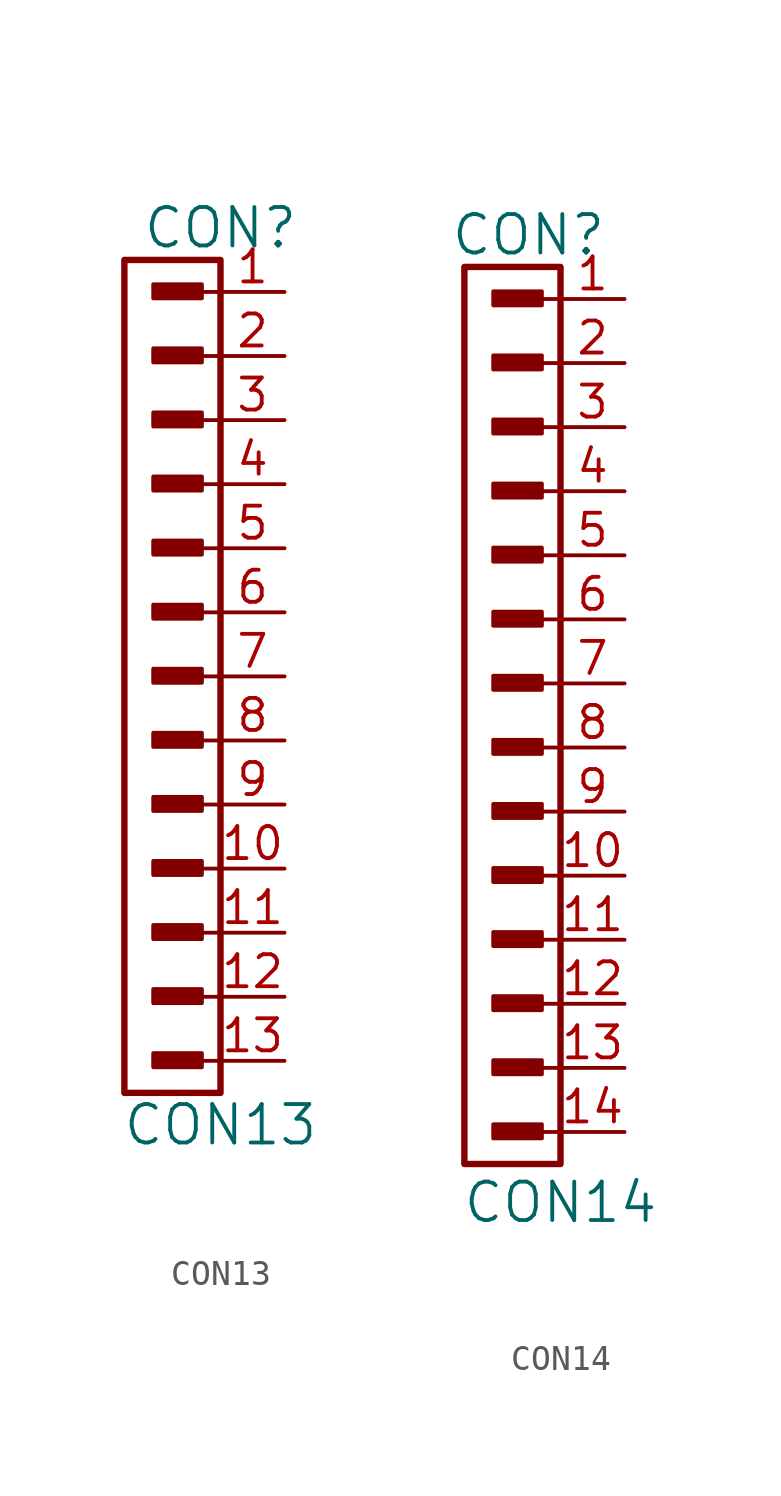
<source format=kicad_sym>
(kicad_symbol_lib
  (version 20220914)
  (generator kicad_symbol_editor)
  (symbol "CON13"
    (pin_names
      (offset 1.016))
    (property "Reference" "CON"
      (at 0 15.24 0)
      (effects (font (size 1.524 1.524))))
    (property "Value" "CON13"
      (at 0 -20.32 0)
      (effects (font (size 1.524 1.524))))
    (symbol "CON13_1_0"
      (rectangle (start -2.642 -17.932) (end -0.864 -17.577) (stroke (width 0) (type solid)) (fill (type none)))
      (rectangle (start -2.642 -15.392) (end -0.864 -15.037) (stroke (width 0) (type solid)) (fill (type none)))
      (rectangle (start -2.642 -12.852) (end -0.864 -12.497) (stroke (width 0) (type solid)) (fill (type none)))
      (rectangle (start -2.642 -10.312) (end -0.864 -9.957) (stroke (width 0) (type solid)) (fill (type none)))
      (rectangle (start -2.642 -5.232) (end -0.864 -4.877) (stroke (width 0) (type solid)) (fill (type none)))
      (rectangle (start -2.642 -2.692) (end -0.864 -2.337) (stroke (width 0) (type solid)) (fill (type none)))
      (rectangle (start -2.642 -0.152) (end -0.864 0.203) (stroke (width 0) (type solid)) (fill (type none)))
      (rectangle (start -2.642 2.388) (end -0.864 2.743) (stroke (width 0) (type solid)) (fill (type none)))
      (rectangle (start -2.642 4.928) (end -0.864 5.283) (stroke (width 0) (type solid)) (fill (type none)))
      (rectangle (start -2.642 7.468) (end -0.864 7.823) (stroke (width 0) (type solid)) (fill (type none)))
      (rectangle (start -2.642 10.008) (end -0.864 10.363) (stroke (width 0) (type solid)) (fill (type none)))
      (rectangle (start -2.616 -17.831) (end -0.965 -17.729) (stroke (width 0) (type solid)) (fill (type none)))
      (rectangle (start -2.616 -15.291) (end -0.965 -15.189) (stroke (width 0) (type solid)) (fill (type none)))
      (rectangle (start -2.616 -12.751) (end -0.965 -12.649) (stroke (width 0) (type solid)) (fill (type none)))
      (rectangle (start -2.616 -10.211) (end -0.965 -10.109) (stroke (width 0) (type solid)) (fill (type none)))
      (rectangle (start -2.616 -7.772) (end -0.838 -7.417) (stroke (width 0) (type solid)) (fill (type none)))
      (rectangle (start -2.616 -5.131) (end -0.965 -5.029) (stroke (width 0) (type solid)) (fill (type none)))
      (rectangle (start -2.616 -2.591) (end -0.965 -2.489) (stroke (width 0) (type solid)) (fill (type none)))
      (rectangle (start -2.616 -0.051) (end -0.965 0.051) (stroke (width 0) (type solid)) (fill (type none)))
      (rectangle (start -2.616 2.489) (end -0.965 2.591) (stroke (width 0) (type solid)) (fill (type none)))
      (rectangle (start -2.616 5.029) (end -0.965 5.131) (stroke (width 0) (type solid)) (fill (type none)))
      (rectangle (start -2.616 7.569) (end -0.965 7.671) (stroke (width 0) (type solid)) (fill (type none)))
      (rectangle (start -2.616 10.109) (end -0.965 10.211) (stroke (width 0) (type solid)) (fill (type none)))
      (rectangle (start -2.616 12.548) (end -0.838 12.903) (stroke (width 0) (type solid)) (fill (type none)))
      (rectangle (start -2.591 -7.645) (end -0.94 -7.544) (stroke (width 0) (type solid)) (fill (type none)))
      (rectangle (start -2.591 12.675) (end -0.94 12.776) (stroke (width 0) (type solid)) (fill (type none)))
      (rectangle (start -0.965 -17.653) (end -2.642 -17.856) (stroke (width 0) (type solid)) (fill (type none)))
      (rectangle (start -0.965 -15.113) (end -2.642 -15.316) (stroke (width 0) (type solid)) (fill (type none)))
      (rectangle (start -0.965 -12.573) (end -2.642 -12.776) (stroke (width 0) (type solid)) (fill (type none)))
      (rectangle (start -0.965 -10.033) (end -2.642 -10.236) (stroke (width 0) (type solid)) (fill (type none)))
      (rectangle (start -0.965 -4.953) (end -2.642 -5.156) (stroke (width 0) (type solid)) (fill (type none)))
      (rectangle (start -0.965 -2.413) (end -2.642 -2.616) (stroke (width 0) (type solid)) (fill (type none)))
      (rectangle (start -0.965 0.127) (end -2.642 -0.076) (stroke (width 0) (type solid)) (fill (type none)))
      (rectangle (start -0.965 2.667) (end -2.642 2.464) (stroke (width 0) (type solid)) (fill (type none)))
      (rectangle (start -0.965 5.207) (end -2.642 5.004) (stroke (width 0) (type solid)) (fill (type none)))
      (rectangle (start -0.965 7.747) (end -2.642 7.544) (stroke (width 0) (type solid)) (fill (type none)))
      (rectangle (start -0.965 10.287) (end -2.642 10.084) (stroke (width 0) (type solid)) (fill (type none)))
      (rectangle (start -0.864 -7.518) (end -2.54 -7.722) (stroke (width 0) (type solid)) (fill (type none)))
      (rectangle (start -0.864 12.802) (end -2.54 12.598) (stroke (width 0) (type solid)) (fill (type none)))
      (rectangle (start -0.737 -17.475) (end -2.667 -18.034) (stroke (width 0) (type solid)) (fill (type none)))
      (rectangle (start -0.737 -14.935) (end -2.667 -15.494) (stroke (width 0) (type solid)) (fill (type none)))
      (rectangle (start -0.737 -12.395) (end -2.667 -12.954) (stroke (width 0) (type solid)) (fill (type none)))
      (rectangle (start -0.737 -9.855) (end -2.667 -10.414) (stroke (width 0) (type solid)) (fill (type none)))
      (rectangle (start -0.737 -7.315) (end -2.667 -7.874) (stroke (width 0) (type solid)) (fill (type none)))
      (rectangle (start -0.737 -4.775) (end -2.667 -5.334) (stroke (width 0) (type solid)) (fill (type none)))
      (rectangle (start -0.737 -2.235) (end -2.667 -2.794) (stroke (width 0) (type solid)) (fill (type none)))
      (rectangle (start -0.737 0.305) (end -2.667 -0.254) (stroke (width 0) (type solid)) (fill (type none)))
      (rectangle (start -0.737 2.845) (end -2.667 2.286) (stroke (width 0) (type solid)) (fill (type none)))
      (rectangle (start -0.737 5.385) (end -2.667 4.826) (stroke (width 0) (type solid)) (fill (type none)))
      (rectangle (start -0.737 7.925) (end -2.667 7.366) (stroke (width 0) (type solid)) (fill (type none)))
      (rectangle (start -0.737 10.465) (end -2.667 9.906) (stroke (width 0) (type solid)) (fill (type none)))
      (rectangle (start -0.737 13.005) (end -2.667 12.446) (stroke (width 0) (type solid)) (fill (type none)))
      (polyline (pts (xy 0 -17.78) (xy -0.762 -17.78)) (stroke (width 0) (type solid)) (fill (type none)))
      (polyline (pts (xy 0 -15.24) (xy -0.762 -15.24)) (stroke (width 0) (type solid)) (fill (type none)))
      (polyline (pts (xy 0 -12.7) (xy -0.762 -12.7)) (stroke (width 0) (type solid)) (fill (type none)))
      (polyline (pts (xy 0 -10.16) (xy -0.762 -10.16)) (stroke (width 0) (type solid)) (fill (type none)))
      (polyline (pts (xy 0 -7.62) (xy -0.762 -7.62)) (stroke (width 0) (type solid)) (fill (type none)))
      (polyline (pts (xy 0 -5.08) (xy -0.762 -5.08)) (stroke (width 0) (type solid)) (fill (type none)))
      (polyline (pts (xy 0 -2.54) (xy -0.762 -2.54)) (stroke (width 0) (type solid)) (fill (type none)))
      (polyline (pts (xy 0 0) (xy -0.762 0)) (stroke (width 0) (type solid)) (fill (type none)))
      (polyline (pts (xy 0 2.54) (xy -0.762 2.54)) (stroke (width 0) (type solid)) (fill (type none)))
      (polyline (pts (xy 0 5.08) (xy -0.762 5.08)) (stroke (width 0) (type solid)) (fill (type none)))
      (polyline (pts (xy 0 7.62) (xy -0.762 7.62)) (stroke (width 0) (type solid)) (fill (type none)))
      (polyline (pts (xy 0 10.16) (xy -0.762 10.16)) (stroke (width 0) (type solid)) (fill (type none)))
      (polyline (pts (xy 0 12.7) (xy -0.762 12.7)) (stroke (width 0) (type solid)) (fill (type none))))
    (symbol "CON13_1_1"
      (rectangle (start 0 13.97) (end -3.81 -19.05) (stroke (width 0.254) (type solid)) (fill (type none)))
      (pin passive line (at 2.54 12.7 180) (length 2.54) (name "~" (effects (font (size 1.27 1.27)))) (number "1" (effects (font (size 1.27 1.27)))))
      (pin passive line (at 2.54 -10.16 180) (length 2.54) (name "~" (effects (font (size 1.27 1.27)))) (number "10" (effects (font (size 1.27 1.27)))))
      (pin passive line (at 2.54 -12.7 180) (length 2.54) (name "~" (effects (font (size 1.27 1.27)))) (number "11" (effects (font (size 1.27 1.27)))))
      (pin passive line (at 2.54 -15.24 180) (length 2.54) (name "~" (effects (font (size 1.27 1.27)))) (number "12" (effects (font (size 1.27 1.27)))))
      (pin passive line (at 2.54 -17.78 180) (length 2.54) (name "~" (effects (font (size 1.27 1.27)))) (number "13" (effects (font (size 1.27 1.27)))))
      (pin passive line (at 2.54 10.16 180) (length 2.54) (name "~" (effects (font (size 1.27 1.27)))) (number "2" (effects (font (size 1.27 1.27)))))
      (pin passive line (at 2.54 7.62 180) (length 2.54) (name "~" (effects (font (size 1.27 1.27)))) (number "3" (effects (font (size 1.27 1.27)))))
      (pin passive line (at 2.54 5.08 180) (length 2.54) (name "~" (effects (font (size 1.27 1.27)))) (number "4" (effects (font (size 1.27 1.27)))))
      (pin passive line (at 2.54 2.54 180) (length 2.54) (name "~" (effects (font (size 1.27 1.27)))) (number "5" (effects (font (size 1.27 1.27)))))
      (pin passive line (at 2.54 0 180) (length 2.54) (name "~" (effects (font (size 1.27 1.27)))) (number "6" (effects (font (size 1.27 1.27)))))
      (pin passive line (at 2.54 -2.54 180) (length 2.54) (name "~" (effects (font (size 1.27 1.27)))) (number "7" (effects (font (size 1.27 1.27)))))
      (pin passive line (at 2.54 -5.08 180) (length 2.54) (name "~" (effects (font (size 1.27 1.27)))) (number "8" (effects (font (size 1.27 1.27)))))
      (pin passive line (at 2.54 -7.62 180) (length 2.54) (name "~" (effects (font (size 1.27 1.27)))) (number "9" (effects (font (size 1.27 1.27)))))))
  (symbol "CON14"
    (pin_names
      (offset 1.016))
    (property "Reference" "CON"
      (at -1.27 17.78 0)
      (effects (font (size 1.524 1.524))))
    (property "Value" "CON14"
      (at 0 -20.574 0)
      (effects (font (size 1.524 1.524))))
    (property "Footprint" ""
      (at -1.905 13.97 0)
      (effects (font (size 1.524 1.524))))
    (property "Datasheet" ""
      (at -1.905 13.97 0)
      (effects (font (size 1.524 1.524))))
    (symbol "CON14_0_0"
      (rectangle (start -2.642 -17.932) (end -0.864 -17.577) (stroke (width 0) (type solid)) (fill (type none)))
      (rectangle (start -2.642 -15.392) (end -0.864 -15.037) (stroke (width 0) (type solid)) (fill (type none)))
      (rectangle (start -2.642 -12.852) (end -0.864 -12.497) (stroke (width 0) (type solid)) (fill (type none)))
      (rectangle (start -2.642 -10.312) (end -0.864 -9.957) (stroke (width 0) (type solid)) (fill (type none)))
      (rectangle (start -2.642 -7.772) (end -0.864 -7.417) (stroke (width 0) (type solid)) (fill (type none)))
      (rectangle (start -2.642 -2.692) (end -0.864 -2.337) (stroke (width 0) (type solid)) (fill (type none)))
      (rectangle (start -2.642 -0.152) (end -0.864 0.203) (stroke (width 0) (type solid)) (fill (type none)))
      (rectangle (start -2.642 2.388) (end -0.864 2.743) (stroke (width 0) (type solid)) (fill (type none)))
      (rectangle (start -2.642 4.928) (end -0.864 5.283) (stroke (width 0) (type solid)) (fill (type none)))
      (rectangle (start -2.642 7.468) (end -0.864 7.823) (stroke (width 0) (type solid)) (fill (type none)))
      (rectangle (start -2.642 10.008) (end -0.864 10.363) (stroke (width 0) (type solid)) (fill (type none)))
      (rectangle (start -2.642 12.548) (end -0.864 12.903) (stroke (width 0) (type solid)) (fill (type none)))
      (rectangle (start -2.616 -17.831) (end -0.965 -17.729) (stroke (width 0) (type solid)) (fill (type none)))
      (rectangle (start -2.616 -15.291) (end -0.965 -15.189) (stroke (width 0) (type solid)) (fill (type none)))
      (rectangle (start -2.616 -12.751) (end -0.965 -12.649) (stroke (width 0) (type solid)) (fill (type none)))
      (rectangle (start -2.616 -10.211) (end -0.965 -10.109) (stroke (width 0) (type solid)) (fill (type none)))
      (rectangle (start -2.616 -7.671) (end -0.965 -7.569) (stroke (width 0) (type solid)) (fill (type none)))
      (rectangle (start -2.616 -5.232) (end -0.838 -4.877) (stroke (width 0) (type solid)) (fill (type none)))
      (rectangle (start -2.616 -2.591) (end -0.965 -2.489) (stroke (width 0) (type solid)) (fill (type none)))
      (rectangle (start -2.616 -0.051) (end -0.965 0.051) (stroke (width 0) (type solid)) (fill (type none)))
      (rectangle (start -2.616 2.489) (end -0.965 2.591) (stroke (width 0) (type solid)) (fill (type none)))
      (rectangle (start -2.616 5.029) (end -0.965 5.131) (stroke (width 0) (type solid)) (fill (type none)))
      (rectangle (start -2.616 7.569) (end -0.965 7.671) (stroke (width 0) (type solid)) (fill (type none)))
      (rectangle (start -2.616 10.109) (end -0.965 10.211) (stroke (width 0) (type solid)) (fill (type none)))
      (rectangle (start -2.616 12.649) (end -0.965 12.751) (stroke (width 0) (type solid)) (fill (type none)))
      (rectangle (start -2.616 15.088) (end -0.838 15.443) (stroke (width 0) (type solid)) (fill (type none)))
      (rectangle (start -2.591 -5.105) (end -0.94 -5.004) (stroke (width 0) (type solid)) (fill (type none)))
      (rectangle (start -2.591 15.215) (end -0.94 15.316) (stroke (width 0) (type solid)) (fill (type none)))
      (rectangle (start -0.965 -17.653) (end -2.642 -17.856) (stroke (width 0) (type solid)) (fill (type none)))
      (rectangle (start -0.965 -15.113) (end -2.642 -15.316) (stroke (width 0) (type solid)) (fill (type none)))
      (rectangle (start -0.965 -12.573) (end -2.642 -12.776) (stroke (width 0) (type solid)) (fill (type none)))
      (rectangle (start -0.965 -10.033) (end -2.642 -10.236) (stroke (width 0) (type solid)) (fill (type none)))
      (rectangle (start -0.965 -7.493) (end -2.642 -7.696) (stroke (width 0) (type solid)) (fill (type none)))
      (rectangle (start -0.965 -2.413) (end -2.642 -2.616) (stroke (width 0) (type solid)) (fill (type none)))
      (rectangle (start -0.965 0.127) (end -2.642 -0.076) (stroke (width 0) (type solid)) (fill (type none)))
      (rectangle (start -0.965 2.667) (end -2.642 2.464) (stroke (width 0) (type solid)) (fill (type none)))
      (rectangle (start -0.965 5.207) (end -2.642 5.004) (stroke (width 0) (type solid)) (fill (type none)))
      (rectangle (start -0.965 7.747) (end -2.642 7.544) (stroke (width 0) (type solid)) (fill (type none)))
      (rectangle (start -0.965 10.287) (end -2.642 10.084) (stroke (width 0) (type solid)) (fill (type none)))
      (rectangle (start -0.965 12.827) (end -2.642 12.624) (stroke (width 0) (type solid)) (fill (type none)))
      (rectangle (start -0.864 -4.978) (end -2.54 -5.182) (stroke (width 0) (type solid)) (fill (type none)))
      (rectangle (start -0.864 15.342) (end -2.54 15.138) (stroke (width 0) (type solid)) (fill (type none)))
      (rectangle (start -0.737 -17.475) (end -2.667 -18.034) (stroke (width 0) (type solid)) (fill (type none)))
      (rectangle (start -0.737 -14.935) (end -2.667 -15.494) (stroke (width 0) (type solid)) (fill (type none)))
      (rectangle (start -0.737 -12.395) (end -2.667 -12.954) (stroke (width 0) (type solid)) (fill (type none)))
      (rectangle (start -0.737 -9.855) (end -2.667 -10.414) (stroke (width 0) (type solid)) (fill (type none)))
      (rectangle (start -0.737 -7.315) (end -2.667 -7.874) (stroke (width 0) (type solid)) (fill (type none)))
      (rectangle (start -0.737 -4.775) (end -2.667 -5.334) (stroke (width 0) (type solid)) (fill (type none)))
      (rectangle (start -0.737 -2.235) (end -2.667 -2.794) (stroke (width 0) (type solid)) (fill (type none)))
      (rectangle (start -0.737 0.305) (end -2.667 -0.254) (stroke (width 0) (type solid)) (fill (type none)))
      (rectangle (start -0.737 2.845) (end -2.667 2.286) (stroke (width 0) (type solid)) (fill (type none)))
      (rectangle (start -0.737 5.385) (end -2.667 4.826) (stroke (width 0) (type solid)) (fill (type none)))
      (rectangle (start -0.737 7.925) (end -2.667 7.366) (stroke (width 0) (type solid)) (fill (type none)))
      (rectangle (start -0.737 10.465) (end -2.667 9.906) (stroke (width 0) (type solid)) (fill (type none)))
      (rectangle (start -0.737 13.005) (end -2.667 12.446) (stroke (width 0) (type solid)) (fill (type none)))
      (rectangle (start -0.737 15.545) (end -2.667 14.986) (stroke (width 0) (type solid)) (fill (type none)))
      (polyline (pts (xy 0 -17.78) (xy -0.762 -17.78)) (stroke (width 0) (type solid)) (fill (type none)))
      (polyline (pts (xy 0 -15.24) (xy -0.762 -15.24)) (stroke (width 0) (type solid)) (fill (type none)))
      (polyline (pts (xy 0 -12.7) (xy -0.762 -12.7)) (stroke (width 0) (type solid)) (fill (type none)))
      (polyline (pts (xy 0 -10.16) (xy -0.762 -10.16)) (stroke (width 0) (type solid)) (fill (type none)))
      (polyline (pts (xy 0 -7.62) (xy -0.762 -7.62)) (stroke (width 0) (type solid)) (fill (type none)))
      (polyline (pts (xy 0 -5.08) (xy -0.762 -5.08)) (stroke (width 0) (type solid)) (fill (type none)))
      (polyline (pts (xy 0 -2.54) (xy -0.762 -2.54)) (stroke (width 0) (type solid)) (fill (type none)))
      (polyline (pts (xy 0 0) (xy -0.762 0)) (stroke (width 0) (type solid)) (fill (type none)))
      (polyline (pts (xy 0 2.54) (xy -0.762 2.54)) (stroke (width 0) (type solid)) (fill (type none)))
      (polyline (pts (xy 0 5.08) (xy -0.762 5.08)) (stroke (width 0) (type solid)) (fill (type none)))
      (polyline (pts (xy 0 7.62) (xy -0.762 7.62)) (stroke (width 0) (type solid)) (fill (type none)))
      (polyline (pts (xy 0 10.16) (xy -0.762 10.16)) (stroke (width 0) (type solid)) (fill (type none)))
      (polyline (pts (xy 0 12.7) (xy -0.762 12.7)) (stroke (width 0) (type solid)) (fill (type none)))
      (polyline (pts (xy 0 15.24) (xy -0.762 15.24)) (stroke (width 0) (type solid)) (fill (type none))))
    (symbol "CON14_0_1"
      (rectangle (start 0 16.51) (end -3.81 -19.05) (stroke (width 0.254) (type solid)) (fill (type none))))
    (symbol "CON14_1_1"
      (pin passive line (at 2.54 15.24 180) (length 2.54) (name "~" (effects (font (size 1.27 1.27)))) (number "1" (effects (font (size 1.27 1.27)))))
      (pin passive line (at 2.54 -7.62 180) (length 2.54) (name "~" (effects (font (size 1.27 1.27)))) (number "10" (effects (font (size 1.27 1.27)))))
      (pin passive line (at 2.54 -10.16 180) (length 2.54) (name "~" (effects (font (size 1.27 1.27)))) (number "11" (effects (font (size 1.27 1.27)))))
      (pin passive line (at 2.54 -12.7 180) (length 2.54) (name "~" (effects (font (size 1.27 1.27)))) (number "12" (effects (font (size 1.27 1.27)))))
      (pin passive line (at 2.54 -15.24 180) (length 2.54) (name "~" (effects (font (size 1.27 1.27)))) (number "13" (effects (font (size 1.27 1.27)))))
      (pin passive line (at 2.54 -17.78 180) (length 2.54) (name "~" (effects (font (size 1.27 1.27)))) (number "14" (effects (font (size 1.27 1.27)))))
      (pin passive line (at 2.54 12.7 180) (length 2.54) (name "~" (effects (font (size 1.27 1.27)))) (number "2" (effects (font (size 1.27 1.27)))))
      (pin passive line (at 2.54 10.16 180) (length 2.54) (name "~" (effects (font (size 1.27 1.27)))) (number "3" (effects (font (size 1.27 1.27)))))
      (pin passive line (at 2.54 7.62 180) (length 2.54) (name "~" (effects (font (size 1.27 1.27)))) (number "4" (effects (font (size 1.27 1.27)))))
      (pin passive line (at 2.54 5.08 180) (length 2.54) (name "~" (effects (font (size 1.27 1.27)))) (number "5" (effects (font (size 1.27 1.27)))))
      (pin passive line (at 2.54 2.54 180) (length 2.54) (name "~" (effects (font (size 1.27 1.27)))) (number "6" (effects (font (size 1.27 1.27)))))
      (pin passive line (at 2.54 0 180) (length 2.54) (name "~" (effects (font (size 1.27 1.27)))) (number "7" (effects (font (size 1.27 1.27)))))
      (pin passive line (at 2.54 -2.54 180) (length 2.54) (name "~" (effects (font (size 1.27 1.27)))) (number "8" (effects (font (size 1.27 1.27)))))
      (pin passive line (at 2.54 -5.08 180) (length 2.54) (name "~" (effects (font (size 1.27 1.27)))) (number "9" (effects (font (size 1.27 1.27))))))))
</source>
